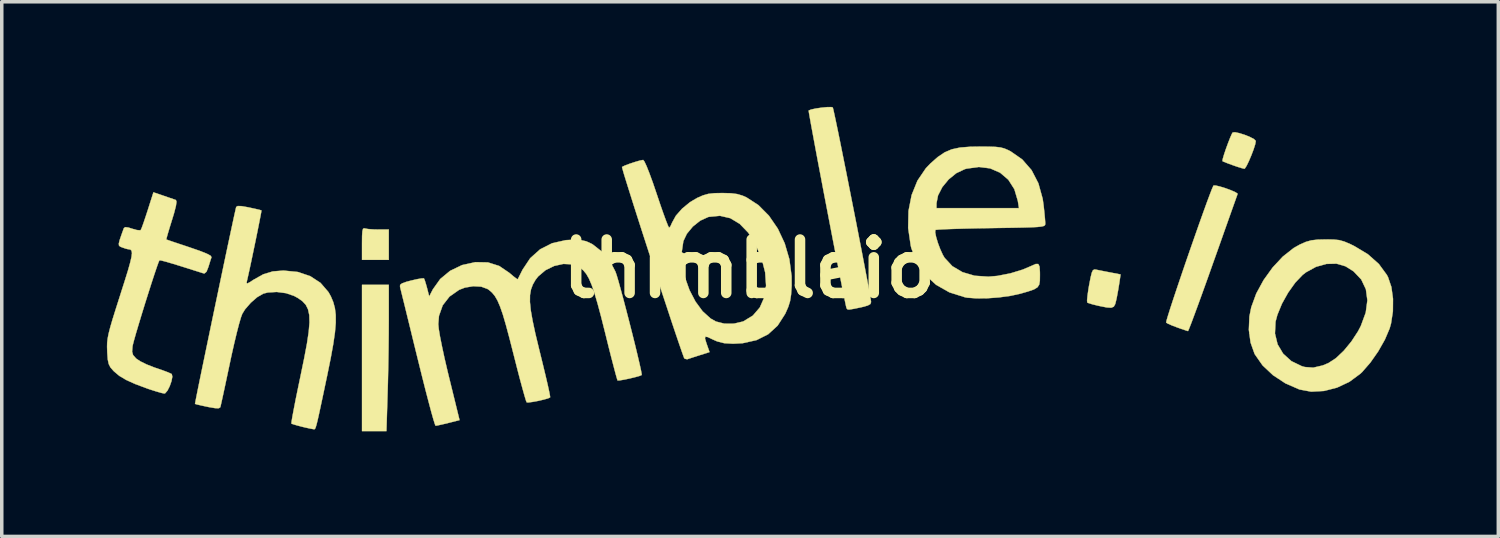
<source format=kicad_pcb>
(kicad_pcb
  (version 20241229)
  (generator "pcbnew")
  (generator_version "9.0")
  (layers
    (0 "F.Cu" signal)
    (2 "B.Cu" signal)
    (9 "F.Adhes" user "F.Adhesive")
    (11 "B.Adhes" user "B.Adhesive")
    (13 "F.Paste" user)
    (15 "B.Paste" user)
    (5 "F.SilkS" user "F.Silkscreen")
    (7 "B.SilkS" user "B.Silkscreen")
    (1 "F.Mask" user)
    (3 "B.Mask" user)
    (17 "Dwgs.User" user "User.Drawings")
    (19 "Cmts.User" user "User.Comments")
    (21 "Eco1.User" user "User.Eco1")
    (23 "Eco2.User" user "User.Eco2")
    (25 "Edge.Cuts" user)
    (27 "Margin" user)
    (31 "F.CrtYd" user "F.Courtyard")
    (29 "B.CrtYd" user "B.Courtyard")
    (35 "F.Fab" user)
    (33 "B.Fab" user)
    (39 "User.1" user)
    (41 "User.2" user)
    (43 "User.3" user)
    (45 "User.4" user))
  (footprint "thimbleio"
    (layer "F.Cu")
    (at 18.325 4.619)
    (property "Reference" "thimbleio" (at 0 0 0) (layer "F.SilkS") (effects (font (size 1.524 1.524) (thickness 0.3))))
    (attr through_hole)
    (fp_poly (pts (xy -10.282 1.468) (xy -10.284 1.862) (xy -10.289 2.318) (xy -10.297 2.793) (xy -10.307 3.249) (xy -10.316 3.555) (xy -10.349 4.632) (xy -11.046 4.632) (xy -11.046 0.458) (xy -10.282 0.458) (xy -10.282 1.468)) (stroke (width 0.01) (type solid)) (fill yes) (layer "F.SilkS"))
    (fp_poly (pts (xy -10.965 -1.151) (xy -10.872 -1.134) (xy -10.717 -1.123) (xy -10.583 -1.12) (xy -10.282 -1.12) (xy -10.282 -0.255) (xy -11.046 -0.255) (xy -11.046 -0.718) (xy -11.044 -0.938) (xy -11.035 -1.072) (xy -11.017 -1.14) (xy -10.986 -1.156) (xy -10.965 -1.151)) (stroke (width 0.01) (type solid)) (fill yes) (layer "F.SilkS"))
    (fp_poly (pts (xy 9.894 0.024) (xy 10.003 0.046) (xy 10.169 0.079) (xy 10.3 0.104) (xy 10.598 0.162) (xy 10.563 0.399) (xy 10.529 0.607) (xy 10.488 0.828) (xy 10.477 0.878) (xy 10.446 1.005) (xy 10.404 1.081) (xy 10.331 1.111) (xy 10.205 1.103) (xy 10.006 1.064) (xy 9.942 1.05) (xy 9.788 1.012) (xy 9.678 0.977) (xy 9.647 0.961) (xy 9.642 0.9) (xy 9.655 0.763) (xy 9.682 0.575) (xy 9.701 0.465) (xy 9.743 0.248) (xy 9.776 0.113) (xy 9.809 0.043) (xy 9.849 0.02) (xy 9.894 0.024)) (stroke (width 0.01) (type solid)) (fill yes) (layer "F.SilkS"))
    (fp_poly (pts (xy 13.989 -3.869) (xy 14.143 -3.82) (xy 14.293 -3.759) (xy 14.407 -3.698) (xy 14.456 -3.648) (xy 14.456 -3.646) (xy 14.439 -3.551) (xy 14.393 -3.406) (xy 14.329 -3.238) (xy 14.259 -3.073) (xy 14.194 -2.939) (xy 14.145 -2.863) (xy 14.131 -2.854) (xy 14.055 -2.872) (xy 13.917 -2.915) (xy 13.799 -2.956) (xy 13.647 -3.012) (xy 13.539 -3.055) (xy 13.505 -3.072) (xy 13.511 -3.126) (xy 13.546 -3.247) (xy 13.599 -3.407) (xy 13.662 -3.579) (xy 13.723 -3.735) (xy 13.773 -3.849) (xy 13.797 -3.889) (xy 13.864 -3.896) (xy 13.989 -3.869)) (stroke (width 0.01) (type solid)) (fill yes) (layer "F.SilkS"))
    (fp_poly (pts (xy 13.43 -2.348) (xy 13.582 -2.302) (xy 13.735 -2.246) (xy 13.861 -2.192) (xy 13.931 -2.149) (xy 13.937 -2.136) (xy 13.917 -2.08) (xy 13.867 -1.939) (xy 13.79 -1.723) (xy 13.69 -1.441) (xy 13.571 -1.106) (xy 13.437 -0.726) (xy 13.29 -0.313) (xy 13.234 -0.156) (xy 13.085 0.264) (xy 12.945 0.653) (xy 12.819 1.001) (xy 12.71 1.296) (xy 12.623 1.53) (xy 12.56 1.691) (xy 12.526 1.771) (xy 12.522 1.778) (xy 12.464 1.76) (xy 12.34 1.718) (xy 12.218 1.675) (xy 12.06 1.615) (xy 11.942 1.562) (xy 11.899 1.535) (xy 11.908 1.482) (xy 11.948 1.346) (xy 12.013 1.139) (xy 12.1 0.873) (xy 12.204 0.561) (xy 12.321 0.215) (xy 12.446 -0.152) (xy 12.576 -0.528) (xy 12.706 -0.9) (xy 12.831 -1.256) (xy 12.948 -1.584) (xy 13.052 -1.872) (xy 13.139 -2.105) (xy 13.204 -2.274) (xy 13.244 -2.364) (xy 13.251 -2.375) (xy 13.31 -2.376) (xy 13.43 -2.348)) (stroke (width 0.01) (type solid)) (fill yes) (layer "F.SilkS"))
    (fp_poly (pts (xy 2.386 -4.603) (xy 2.401 -4.548) (xy 2.433 -4.404) (xy 2.48 -4.182) (xy 2.54 -3.894) (xy 2.61 -3.55) (xy 2.688 -3.161) (xy 2.773 -2.738) (xy 2.861 -2.293) (xy 2.951 -1.837) (xy 3.041 -1.381) (xy 3.128 -0.935) (xy 3.21 -0.511) (xy 3.285 -0.119) (xy 3.351 0.228) (xy 3.406 0.52) (xy 3.447 0.746) (xy 3.472 0.895) (xy 3.479 0.948) (xy 3.461 1.004) (xy 3.382 1.049) (xy 3.224 1.092) (xy 3.181 1.102) (xy 2.989 1.142) (xy 2.874 1.161) (xy 2.814 1.161) (xy 2.788 1.14) (xy 2.774 1.107) (xy 2.758 1.037) (xy 2.725 0.881) (xy 2.678 0.648) (xy 2.619 0.351) (xy 2.55 -0.001) (xy 2.473 -0.395) (xy 2.39 -0.822) (xy 2.304 -1.27) (xy 2.216 -1.728) (xy 2.128 -2.186) (xy 2.044 -2.632) (xy 1.963 -3.056) (xy 1.89 -3.446) (xy 1.826 -3.792) (xy 1.772 -4.083) (xy 1.732 -4.307) (xy 1.706 -4.455) (xy 1.698 -4.514) (xy 1.698 -4.515) (xy 1.769 -4.544) (xy 1.902 -4.573) (xy 2.065 -4.597) (xy 2.222 -4.612) (xy 2.341 -4.614) (xy 2.386 -4.603)) (stroke (width 0.01) (type solid)) (fill yes) (layer "F.SilkS"))
    (fp_poly (pts (xy 16.669 -0.835) (xy 16.835 -0.818) (xy 16.984 -0.776) (xy 17.159 -0.701) (xy 17.268 -0.647) (xy 17.654 -0.415) (xy 17.967 -0.137) (xy 18.195 0.174) (xy 18.23 0.241) (xy 18.325 0.52) (xy 18.371 0.856) (xy 18.368 1.214) (xy 18.315 1.56) (xy 18.275 1.702) (xy 18.14 2.02) (xy 17.948 2.358) (xy 17.722 2.68) (xy 17.488 2.948) (xy 17.438 2.995) (xy 17.126 3.225) (xy 16.773 3.391) (xy 16.402 3.486) (xy 16.037 3.506) (xy 15.703 3.444) (xy 15.305 3.271) (xy 14.947 3.036) (xy 14.649 2.756) (xy 14.431 2.444) (xy 14.418 2.419) (xy 14.307 2.105) (xy 14.272 1.847) (xy 15.003 1.847) (xy 15.078 2.156) (xy 15.237 2.423) (xy 15.471 2.635) (xy 15.771 2.78) (xy 15.856 2.803) (xy 16.094 2.821) (xy 16.361 2.759) (xy 16.529 2.69) (xy 16.742 2.551) (xy 16.967 2.338) (xy 17.184 2.074) (xy 17.374 1.783) (xy 17.453 1.631) (xy 17.593 1.251) (xy 17.64 0.9) (xy 17.597 0.583) (xy 17.465 0.305) (xy 17.245 0.073) (xy 17.016 -0.071) (xy 16.76 -0.146) (xy 16.471 -0.139) (xy 16.174 -0.056) (xy 15.889 0.1) (xy 15.791 0.176) (xy 15.582 0.395) (xy 15.379 0.68) (xy 15.202 0.997) (xy 15.072 1.313) (xy 15.019 1.511) (xy 15.003 1.847) (xy 14.272 1.847) (xy 14.258 1.742) (xy 14.274 1.361) (xy 14.327 1.096) (xy 14.469 0.707) (xy 14.678 0.323) (xy 14.936 -0.036) (xy 15.227 -0.348) (xy 15.536 -0.592) (xy 15.711 -0.691) (xy 15.883 -0.767) (xy 16.039 -0.811) (xy 16.22 -0.832) (xy 16.444 -0.837) (xy 16.669 -0.835)) (stroke (width 0.01) (type solid)) (fill yes) (layer "F.SilkS"))
    (fp_poly (pts (xy 6.837 -3.485) (xy 7.031 -3.478) (xy 7.171 -3.462) (xy 7.282 -3.433) (xy 7.389 -3.387) (xy 7.46 -3.351) (xy 7.793 -3.119) (xy 8.059 -2.814) (xy 8.253 -2.438) (xy 8.375 -1.998) (xy 8.4 -1.824) (xy 8.423 -1.614) (xy 8.44 -1.432) (xy 8.449 -1.31) (xy 8.449 -1.292) (xy 8.447 -1.261) (xy 8.434 -1.237) (xy 8.398 -1.218) (xy 8.33 -1.204) (xy 8.218 -1.192) (xy 8.052 -1.184) (xy 7.822 -1.177) (xy 7.516 -1.171) (xy 7.125 -1.165) (xy 6.898 -1.161) (xy 6.511 -1.155) (xy 6.156 -1.147) (xy 5.848 -1.138) (xy 5.599 -1.129) (xy 5.421 -1.12) (xy 5.327 -1.111) (xy 5.315 -1.108) (xy 5.308 -1.039) (xy 5.335 -0.906) (xy 5.386 -0.736) (xy 5.453 -0.558) (xy 5.526 -0.398) (xy 5.576 -0.313) (xy 5.798 -0.074) (xy 6.088 0.097) (xy 6.435 0.199) (xy 6.826 0.225) (xy 7.084 0.203) (xy 7.456 0.13) (xy 7.806 0.023) (xy 8.053 -0.082) (xy 8.176 -0.137) (xy 8.249 -0.136) (xy 8.285 -0.066) (xy 8.296 0.087) (xy 8.297 0.176) (xy 8.295 0.338) (xy 8.277 0.45) (xy 8.227 0.528) (xy 8.129 0.588) (xy 7.965 0.645) (xy 7.732 0.712) (xy 7.456 0.772) (xy 7.134 0.816) (xy 6.799 0.841) (xy 6.486 0.844) (xy 6.226 0.825) (xy 6.159 0.813) (xy 5.715 0.673) (xy 5.335 0.458) (xy 5.023 0.172) (xy 4.785 -0.178) (xy 4.628 -0.588) (xy 4.611 -0.659) (xy 4.537 -1.163) (xy 4.547 -1.649) (xy 4.563 -1.731) (xy 5.345 -1.731) (xy 7.699 -1.731) (xy 7.666 -1.939) (xy 7.567 -2.272) (xy 7.395 -2.541) (xy 7.161 -2.741) (xy 6.876 -2.865) (xy 6.552 -2.905) (xy 6.199 -2.856) (xy 6.152 -2.842) (xy 5.912 -2.729) (xy 5.692 -2.55) (xy 5.511 -2.33) (xy 5.389 -2.092) (xy 5.346 -1.871) (xy 5.345 -1.731) (xy 4.563 -1.731) (xy 4.636 -2.103) (xy 4.802 -2.514) (xy 5.042 -2.868) (xy 5.171 -3.003) (xy 5.382 -3.189) (xy 5.577 -3.321) (xy 5.78 -3.408) (xy 6.016 -3.459) (xy 6.311 -3.482) (xy 6.566 -3.486) (xy 6.837 -3.485)) (stroke (width 0.01) (type solid)) (fill yes) (layer "F.SilkS"))
    (fp_poly (pts (xy -2.987 -3.058) (xy -2.925 -2.925) (xy -2.843 -2.718) (xy -2.744 -2.447) (xy -2.639 -2.138) (xy -2.54 -1.844) (xy -2.45 -1.586) (xy -2.374 -1.378) (xy -2.318 -1.236) (xy -2.287 -1.173) (xy -2.284 -1.171) (xy -2.245 -1.213) (xy -2.199 -1.316) (xy -2.198 -1.318) (xy -2.09 -1.514) (xy -1.911 -1.717) (xy -1.688 -1.9) (xy -1.484 -2.021) (xy -1.318 -2.094) (xy -1.167 -2.137) (xy -0.992 -2.157) (xy -0.764 -2.161) (xy -0.52 -2.155) (xy -0.34 -2.132) (xy -0.186 -2.086) (xy -0.076 -2.037) (xy 0.264 -1.817) (xy 0.564 -1.515) (xy 0.817 -1.147) (xy 1.014 -0.728) (xy 1.148 -0.272) (xy 1.211 0.206) (xy 1.213 0.486) (xy 1.197 0.735) (xy 1.168 0.921) (xy 1.117 1.086) (xy 1.036 1.27) (xy 1.025 1.291) (xy 0.814 1.62) (xy 0.543 1.868) (xy 0.211 2.035) (xy -0.184 2.123) (xy -0.459 2.138) (xy -0.71 2.123) (xy -0.912 2.072) (xy -1.035 2.018) (xy -1.181 1.948) (xy -1.251 1.936) (xy -1.259 1.993) (xy -1.216 2.132) (xy -1.201 2.175) (xy -1.13 2.377) (xy -1.418 2.468) (xy -1.584 2.521) (xy -1.714 2.564) (xy -1.768 2.582) (xy -1.839 2.566) (xy -1.858 2.538) (xy -1.914 2.383) (xy -1.993 2.155) (xy -2.092 1.864) (xy -2.207 1.522) (xy -2.334 1.137) (xy -2.472 0.721) (xy -2.615 0.285) (xy -2.761 -0.162) (xy -2.86 -0.465) (xy -1.925 -0.465) (xy -1.906 -0.111) (xy -1.829 0.253) (xy -1.702 0.608) (xy -1.532 0.935) (xy -1.328 1.212) (xy -1.098 1.42) (xy -0.947 1.505) (xy -0.706 1.566) (xy -0.433 1.565) (xy -0.178 1.505) (xy -0.164 1.499) (xy 0.105 1.336) (xy 0.304 1.105) (xy 0.432 0.816) (xy 0.483 0.479) (xy 0.457 0.103) (xy 0.365 -0.259) (xy 0.188 -0.686) (xy -0.024 -1.028) (xy -0.268 -1.281) (xy -0.538 -1.444) (xy -0.833 -1.512) (xy -1.147 -1.482) (xy -1.173 -1.475) (xy -1.395 -1.374) (xy -1.607 -1.205) (xy -1.778 -0.998) (xy -1.877 -0.789) (xy -1.925 -0.465) (xy -2.86 -0.465) (xy -2.906 -0.608) (xy -3.047 -1.043) (xy -3.18 -1.457) (xy -3.302 -1.839) (xy -3.409 -2.179) (xy -3.499 -2.466) (xy -3.568 -2.689) (xy -3.611 -2.839) (xy -3.627 -2.903) (xy -3.626 -2.905) (xy -3.554 -2.942) (xy -3.421 -2.993) (xy -3.264 -3.045) (xy -3.12 -3.087) (xy -3.027 -3.105) (xy -3.023 -3.105) (xy -2.987 -3.058)) (stroke (width 0.01) (type solid)) (fill yes) (layer "F.SilkS"))
    (fp_poly (pts (xy -16.706 -2.083) (xy -16.541 -2.026) (xy -16.411 -1.982) (xy -16.356 -1.962) (xy -16.339 -1.914) (xy -16.356 -1.792) (xy -16.409 -1.586) (xy -16.468 -1.392) (xy -16.536 -1.173) (xy -16.589 -0.995) (xy -16.622 -0.876) (xy -16.63 -0.836) (xy -16.58 -0.818) (xy -16.452 -0.774) (xy -16.264 -0.711) (xy -16.032 -0.634) (xy -15.967 -0.612) (xy -15.675 -0.511) (xy -15.476 -0.432) (xy -15.366 -0.373) (xy -15.34 -0.331) (xy -15.37 -0.243) (xy -15.413 -0.104) (xy -15.428 -0.055) (xy -15.482 0.082) (xy -15.539 0.132) (xy -15.572 0.129) (xy -15.65 0.104) (xy -15.803 0.056) (xy -16.008 -0.009) (xy -16.23 -0.079) (xy -16.456 -0.148) (xy -16.643 -0.203) (xy -16.773 -0.236) (xy -16.825 -0.244) (xy -16.825 -0.244) (xy -16.852 -0.185) (xy -16.902 -0.045) (xy -16.971 0.16) (xy -17.054 0.413) (xy -17.145 0.699) (xy -17.24 1) (xy -17.333 1.301) (xy -17.419 1.586) (xy -17.494 1.837) (xy -17.551 2.038) (xy -17.586 2.174) (xy -17.594 2.214) (xy -17.606 2.364) (xy -17.578 2.462) (xy -17.495 2.556) (xy -17.487 2.564) (xy -17.373 2.64) (xy -17.195 2.728) (xy -16.987 2.81) (xy -16.933 2.829) (xy -16.739 2.895) (xy -16.582 2.954) (xy -16.488 2.996) (xy -16.474 3.005) (xy -16.458 3.079) (xy -16.482 3.205) (xy -16.532 3.348) (xy -16.596 3.475) (xy -16.661 3.551) (xy -16.687 3.559) (xy -16.773 3.541) (xy -16.925 3.497) (xy -17.117 3.436) (xy -17.179 3.414) (xy -17.518 3.288) (xy -17.776 3.171) (xy -17.972 3.054) (xy -18.125 2.925) (xy -18.146 2.903) (xy -18.226 2.81) (xy -18.273 2.716) (xy -18.3 2.59) (xy -18.314 2.401) (xy -18.316 2.351) (xy -18.32 2.225) (xy -18.317 2.109) (xy -18.303 1.989) (xy -18.276 1.85) (xy -18.232 1.677) (xy -18.167 1.453) (xy -18.077 1.165) (xy -17.96 0.798) (xy -17.943 0.744) (xy -17.819 0.355) (xy -17.725 0.053) (xy -17.661 -0.175) (xy -17.623 -0.338) (xy -17.61 -0.447) (xy -17.621 -0.513) (xy -17.653 -0.547) (xy -17.704 -0.558) (xy -17.723 -0.559) (xy -17.792 -0.576) (xy -17.887 -0.609) (xy -17.947 -0.633) (xy -17.98 -0.664) (xy -17.985 -0.719) (xy -17.961 -0.819) (xy -17.905 -0.982) (xy -17.842 -1.157) (xy -17.804 -1.188) (xy -17.712 -1.177) (xy -17.605 -1.143) (xy -17.469 -1.105) (xy -17.377 -1.098) (xy -17.359 -1.106) (xy -17.331 -1.168) (xy -17.281 -1.306) (xy -17.217 -1.496) (xy -17.162 -1.664) (xy -16.997 -2.182) (xy -16.706 -2.083)) (stroke (width 0.01) (type solid)) (fill yes) (layer "F.SilkS"))
    (fp_poly (pts (xy -14.487 -1.788) (xy -14.299 -1.755) (xy -14.272 -1.749) (xy -14.099 -1.712) (xy -13.971 -1.682) (xy -13.916 -1.665) (xy -13.915 -1.665) (xy -13.922 -1.615) (xy -13.947 -1.483) (xy -13.985 -1.288) (xy -14.033 -1.048) (xy -14.088 -0.779) (xy -14.146 -0.501) (xy -14.202 -0.232) (xy -14.254 0.011) (xy -14.298 0.21) (xy -14.328 0.342) (xy -14.339 0.405) (xy -14.319 0.42) (xy -14.248 0.383) (xy -14.139 0.312) (xy -13.862 0.157) (xy -13.591 0.075) (xy -13.287 0.051) (xy -12.879 0.091) (xy -12.524 0.21) (xy -12.23 0.402) (xy -12.004 0.664) (xy -11.934 0.789) (xy -11.866 0.951) (xy -11.82 1.122) (xy -11.796 1.314) (xy -11.795 1.541) (xy -11.818 1.814) (xy -11.866 2.146) (xy -11.939 2.549) (xy -12.038 3.036) (xy -12.058 3.13) (xy -12.146 3.549) (xy -12.216 3.878) (xy -12.27 4.129) (xy -12.311 4.313) (xy -12.342 4.438) (xy -12.365 4.517) (xy -12.383 4.56) (xy -12.398 4.577) (xy -12.415 4.578) (xy -12.434 4.576) (xy -12.516 4.561) (xy -12.659 4.53) (xy -12.767 4.504) (xy -12.921 4.463) (xy -13.029 4.43) (xy -13.061 4.416) (xy -13.056 4.362) (xy -13.033 4.222) (xy -12.993 4.009) (xy -12.94 3.735) (xy -12.874 3.414) (xy -12.8 3.06) (xy -12.798 3.049) (xy -12.695 2.549) (xy -12.617 2.136) (xy -12.567 1.801) (xy -12.544 1.533) (xy -12.55 1.322) (xy -12.586 1.157) (xy -12.651 1.027) (xy -12.748 0.923) (xy -12.877 0.833) (xy -12.981 0.776) (xy -13.213 0.696) (xy -13.479 0.661) (xy -13.733 0.676) (xy -13.862 0.709) (xy -14.037 0.81) (xy -14.221 0.97) (xy -14.383 1.157) (xy -14.462 1.284) (xy -14.501 1.39) (xy -14.556 1.579) (xy -14.622 1.834) (xy -14.695 2.139) (xy -14.771 2.476) (xy -14.816 2.689) (xy -14.888 3.027) (xy -14.953 3.334) (xy -15.009 3.594) (xy -15.053 3.794) (xy -15.081 3.918) (xy -15.09 3.952) (xy -15.132 3.979) (xy -15.24 3.976) (xy -15.427 3.944) (xy -15.455 3.938) (xy -15.628 3.901) (xy -15.755 3.871) (xy -15.81 3.855) (xy -15.811 3.855) (xy -15.802 3.805) (xy -15.775 3.666) (xy -15.732 3.45) (xy -15.674 3.166) (xy -15.604 2.826) (xy -15.524 2.441) (xy -15.437 2.022) (xy -15.345 1.579) (xy -15.25 1.123) (xy -15.154 0.666) (xy -15.06 0.217) (xy -14.97 -0.212) (xy -14.886 -0.61) (xy -14.81 -0.966) (xy -14.745 -1.27) (xy -14.693 -1.511) (xy -14.656 -1.677) (xy -14.637 -1.759) (xy -14.636 -1.763) (xy -14.594 -1.79) (xy -14.487 -1.788)) (stroke (width 0.01) (type solid)) (fill yes) (layer "F.SilkS"))
    (fp_poly (pts (xy -4.814 -0.82) (xy -4.651 -0.785) (xy -4.496 -0.714) (xy -4.463 -0.695) (xy -4.182 -0.474) (xy -3.946 -0.171) (xy -3.815 0.082) (xy -3.781 0.179) (xy -3.73 0.352) (xy -3.665 0.587) (xy -3.589 0.867) (xy -3.507 1.18) (xy -3.422 1.508) (xy -3.338 1.839) (xy -3.259 2.157) (xy -3.189 2.447) (xy -3.131 2.694) (xy -3.089 2.883) (xy -3.067 3) (xy -3.065 3.031) (xy -3.127 3.057) (xy -3.252 3.092) (xy -3.409 3.13) (xy -3.566 3.163) (xy -3.691 3.184) (xy -3.753 3.187) (xy -3.754 3.186) (xy -3.772 3.131) (xy -3.812 2.991) (xy -3.868 2.778) (xy -3.939 2.506) (xy -4.019 2.188) (xy -4.103 1.848) (xy -4.221 1.379) (xy -4.323 0.998) (xy -4.412 0.696) (xy -4.493 0.461) (xy -4.57 0.281) (xy -4.647 0.147) (xy -4.729 0.048) (xy -4.82 -0.029) (xy -4.833 -0.038) (xy -5.051 -0.127) (xy -5.302 -0.139) (xy -5.563 -0.081) (xy -5.81 0.04) (xy -6.019 0.217) (xy -6.098 0.319) (xy -6.173 0.451) (xy -6.225 0.591) (xy -6.253 0.752) (xy -6.255 0.945) (xy -6.231 1.184) (xy -6.179 1.48) (xy -6.101 1.846) (xy -5.993 2.294) (xy -5.963 2.416) (xy -5.88 2.754) (xy -5.807 3.058) (xy -5.747 3.315) (xy -5.704 3.512) (xy -5.681 3.634) (xy -5.678 3.669) (xy -5.736 3.697) (xy -5.861 3.732) (xy -6.018 3.769) (xy -6.175 3.798) (xy -6.296 3.814) (xy -6.346 3.812) (xy -6.368 3.759) (xy -6.41 3.62) (xy -6.469 3.409) (xy -6.543 3.136) (xy -6.626 2.817) (xy -6.716 2.462) (xy -6.725 2.427) (xy -6.842 1.968) (xy -6.941 1.599) (xy -7.027 1.306) (xy -7.106 1.079) (xy -7.18 0.906) (xy -7.255 0.777) (xy -7.335 0.68) (xy -7.424 0.603) (xy -7.463 0.577) (xy -7.643 0.51) (xy -7.871 0.497) (xy -8.11 0.537) (xy -8.274 0.6) (xy -8.55 0.793) (xy -8.744 1.043) (xy -8.85 1.343) (xy -8.87 1.578) (xy -8.857 1.713) (xy -8.821 1.931) (xy -8.764 2.215) (xy -8.692 2.55) (xy -8.606 2.92) (xy -8.565 3.088) (xy -8.263 4.318) (xy -8.583 4.399) (xy -8.755 4.44) (xy -8.886 4.469) (xy -8.946 4.479) (xy -8.967 4.432) (xy -9.01 4.295) (xy -9.07 4.082) (xy -9.145 3.8) (xy -9.233 3.463) (xy -9.33 3.079) (xy -9.434 2.659) (xy -9.463 2.542) (xy -9.569 2.111) (xy -9.667 1.708) (xy -9.756 1.346) (xy -9.832 1.035) (xy -9.894 0.786) (xy -9.937 0.611) (xy -9.959 0.521) (xy -9.961 0.513) (xy -9.958 0.46) (xy -9.904 0.416) (xy -9.781 0.372) (xy -9.644 0.336) (xy -9.471 0.296) (xy -9.34 0.274) (xy -9.28 0.273) (xy -9.279 0.273) (xy -9.254 0.332) (xy -9.216 0.457) (xy -9.192 0.543) (xy -9.129 0.789) (xy -9.023 0.585) (xy -8.814 0.292) (xy -8.533 0.059) (xy -8.193 -0.105) (xy -7.811 -0.189) (xy -7.811 -0.189) (xy -7.453 -0.182) (xy -7.131 -0.08) (xy -6.844 0.115) (xy -6.721 0.219) (xy -6.633 0.285) (xy -6.602 0.299) (xy -6.576 0.247) (xy -6.518 0.132) (xy -6.465 0.026) (xy -6.246 -0.303) (xy -5.963 -0.556) (xy -5.622 -0.729) (xy -5.23 -0.817) (xy -5.031 -0.828) (xy -4.814 -0.82)) (stroke (width 0.01) (type solid)) (fill yes) (layer "F.SilkS")))
  (gr_rect
    (start -3 -3)
    (end 39.701 12.256)
    (stroke (width 0.1) (type default))
    (fill no)
    (layer "Edge.Cuts")))
</source>
